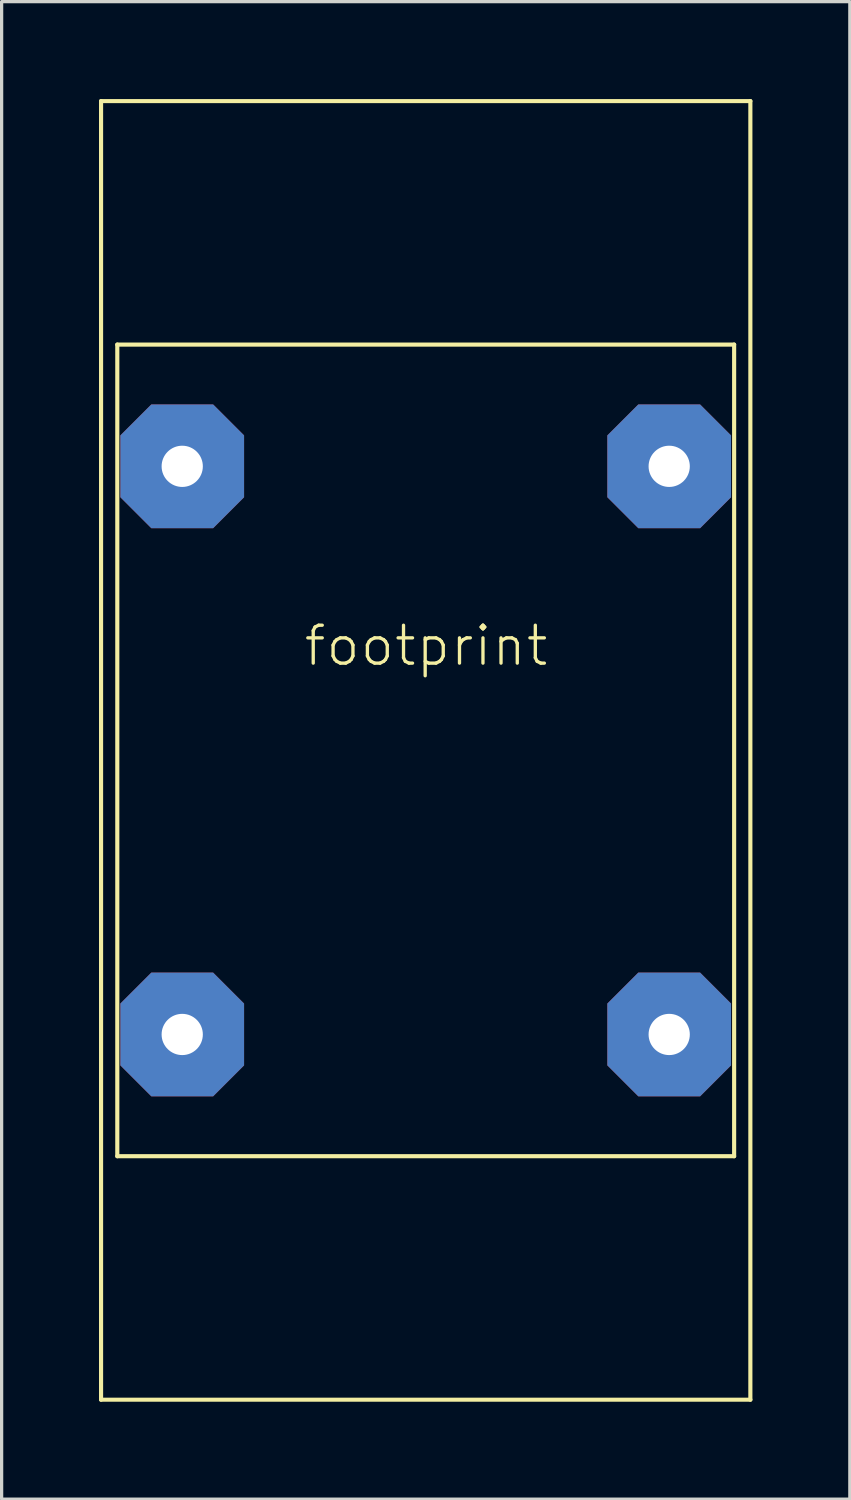
<source format=kicad_pcb>
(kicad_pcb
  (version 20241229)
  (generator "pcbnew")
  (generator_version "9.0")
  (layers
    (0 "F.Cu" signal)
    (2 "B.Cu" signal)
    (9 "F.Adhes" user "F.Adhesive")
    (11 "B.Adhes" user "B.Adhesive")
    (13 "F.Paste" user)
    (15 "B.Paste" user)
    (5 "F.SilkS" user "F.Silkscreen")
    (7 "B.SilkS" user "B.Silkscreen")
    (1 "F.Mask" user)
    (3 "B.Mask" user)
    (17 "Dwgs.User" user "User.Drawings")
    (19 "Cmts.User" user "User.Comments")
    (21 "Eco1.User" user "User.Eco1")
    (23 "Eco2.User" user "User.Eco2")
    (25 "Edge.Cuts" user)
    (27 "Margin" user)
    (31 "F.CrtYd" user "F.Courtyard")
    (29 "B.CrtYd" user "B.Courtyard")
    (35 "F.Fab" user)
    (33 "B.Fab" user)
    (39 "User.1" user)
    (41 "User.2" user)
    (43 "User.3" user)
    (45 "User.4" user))
  (footprint "footprint"
    (layer "F.Cu")
    (at 10.063 20.064)
    (property "Reference" "footprint" (at -3.81 -2.54 0) (layer "F.SilkS") (effects (font (size 1.168 1.168) (thickness 0.102)) (justify left bottom)))
    (fp_line (start -10 -20) (end 10 -20) (stroke (width 0.127) (type solid)) (layer "F.SilkS"))
    (fp_line (start -10 20) (end -10 -20) (stroke (width 0.127) (type solid)) (layer "F.SilkS"))
    (fp_line (start -9.5 -12.5) (end 9.5 -12.5) (stroke (width 0.127) (type solid)) (layer "F.SilkS"))
    (fp_line (start -9.5 12.5) (end -9.5 -12.5) (stroke (width 0.127) (type solid)) (layer "F.SilkS"))
    (fp_line (start 9.5 -12.5) (end 9.5 12.5) (stroke (width 0.127) (type solid)) (layer "F.SilkS"))
    (fp_line (start 9.5 12.5) (end -9.5 12.5) (stroke (width 0.127) (type solid)) (layer "F.SilkS"))
    (fp_line (start 10 -20) (end 10 20) (stroke (width 0.127) (type solid)) (layer "F.SilkS"))
    (fp_line (start 10 20) (end -10 20) (stroke (width 0.127) (type solid)) (layer "F.SilkS"))
    (pad "1" thru_hole roundrect (at -7.5 8.75) (size 3.81 3.81) (drill 1.27) (layers "*.Cu" "*.Mask") (roundrect_rratio 0.25) (chamfer_ratio 0.25) (chamfer top_left top_right bottom_left bottom_right))
    (pad "2" thru_hole roundrect (at 7.5 8.75) (size 3.81 3.81) (drill 1.27) (layers "*.Cu" "*.Mask") (roundrect_rratio 0.25) (chamfer_ratio 0.25) (chamfer top_left top_right bottom_left bottom_right))
    (pad "3" thru_hole roundrect (at -7.5 -8.75) (size 3.81 3.81) (drill 1.27) (layers "*.Cu" "*.Mask") (roundrect_rratio 0.25) (chamfer_ratio 0.25) (chamfer top_left top_right bottom_left bottom_right))
    (pad "4" thru_hole roundrect (at 7.5 -8.75) (size 3.81 3.81) (drill 1.27) (layers "*.Cu" "*.Mask") (roundrect_rratio 0.25) (chamfer_ratio 0.25) (chamfer top_left top_right bottom_left bottom_right)))
  (gr_rect
    (start -3 -3)
    (end 23.127 43.127)
    (stroke (width 0.1) (type default))
    (fill no)
    (layer "Edge.Cuts")))
</source>
